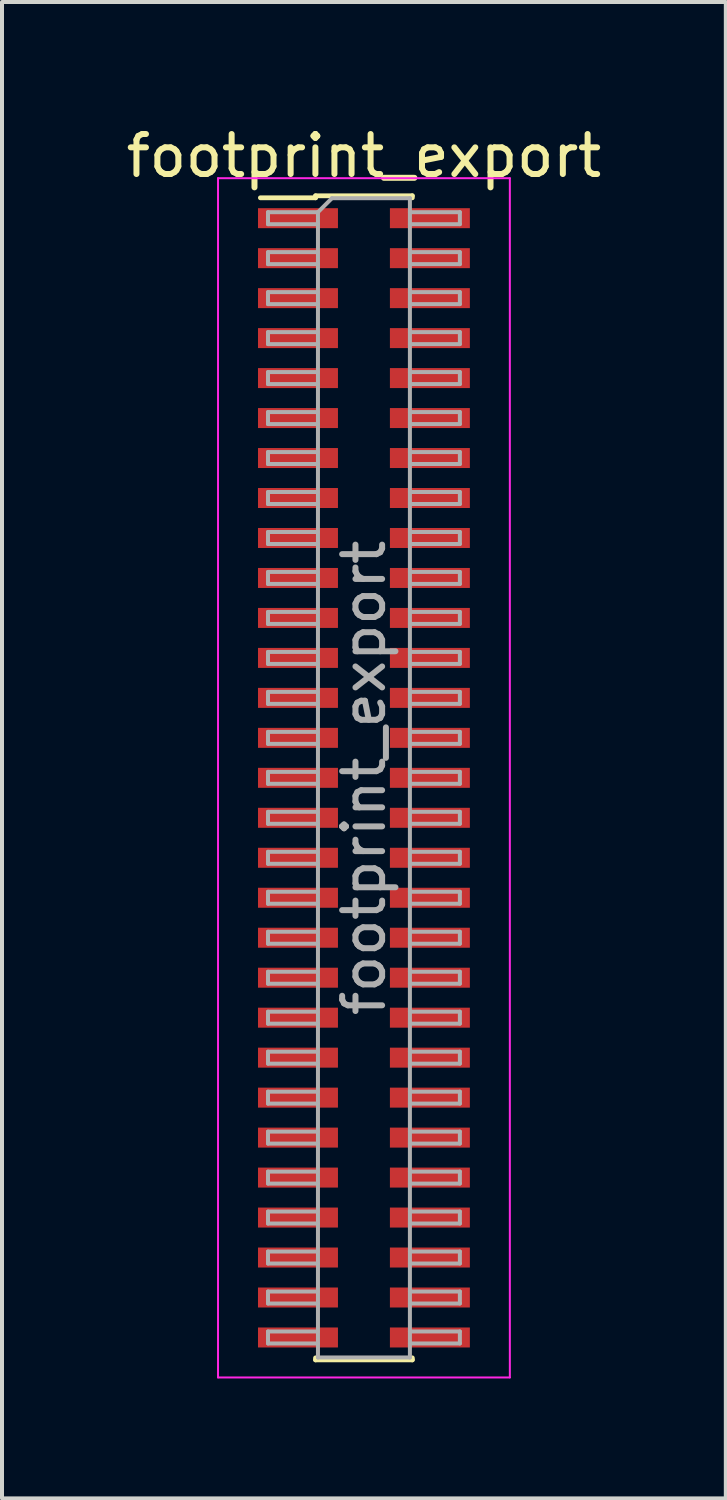
<source format=kicad_pcb>
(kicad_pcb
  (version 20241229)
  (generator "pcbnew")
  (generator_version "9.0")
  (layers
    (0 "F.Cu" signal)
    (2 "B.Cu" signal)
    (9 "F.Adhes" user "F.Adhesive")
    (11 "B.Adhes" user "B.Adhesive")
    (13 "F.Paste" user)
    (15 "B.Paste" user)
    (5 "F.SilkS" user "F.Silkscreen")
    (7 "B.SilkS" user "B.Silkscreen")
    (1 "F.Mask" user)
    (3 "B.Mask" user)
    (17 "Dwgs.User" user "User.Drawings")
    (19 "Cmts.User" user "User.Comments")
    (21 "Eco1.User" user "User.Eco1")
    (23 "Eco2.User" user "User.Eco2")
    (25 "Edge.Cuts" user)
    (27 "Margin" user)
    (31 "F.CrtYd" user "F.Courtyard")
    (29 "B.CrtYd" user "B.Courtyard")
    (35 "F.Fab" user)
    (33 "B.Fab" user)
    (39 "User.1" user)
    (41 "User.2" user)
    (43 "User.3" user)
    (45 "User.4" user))
  (footprint "footprint_export"
    (layer "F.Cu")
    (at 6.054 16.408)
    (property "Reference" "footprint_export" (at 0 -15.56 0) (layer "F.SilkS") (effects (font (size 1 1) (thickness 0.15))))
    (attr smd)
    (fp_line (start -2.59 -14.51) (end -1.21 -14.51) (stroke (width 0.12) (type solid)) (layer "F.SilkS"))
    (fp_line (start -1.21 -14.56) (end -1.21 -14.51) (stroke (width 0.12) (type solid)) (layer "F.SilkS"))
    (fp_line (start -1.21 -14.56) (end 1.21 -14.56) (stroke (width 0.12) (type solid)) (layer "F.SilkS"))
    (fp_line (start -1.21 14.51) (end -1.21 14.56) (stroke (width 0.12) (type solid)) (layer "F.SilkS"))
    (fp_line (start -1.21 14.56) (end 1.21 14.56) (stroke (width 0.12) (type solid)) (layer "F.SilkS"))
    (fp_line (start 1.21 -14.56) (end 1.21 -14.51) (stroke (width 0.12) (type solid)) (layer "F.SilkS"))
    (fp_line (start 1.21 14.51) (end 1.21 14.56) (stroke (width 0.12) (type solid)) (layer "F.SilkS"))
    (fp_line (start -3.65 -15) (end -3.65 15) (stroke (width 0.05) (type solid)) (layer "F.CrtYd"))
    (fp_line (start -3.65 15) (end 3.65 15) (stroke (width 0.05) (type solid)) (layer "F.CrtYd"))
    (fp_line (start 3.65 -15) (end -3.65 -15) (stroke (width 0.05) (type solid)) (layer "F.CrtYd"))
    (fp_line (start 3.65 15) (end 3.65 -15) (stroke (width 0.05) (type solid)) (layer "F.CrtYd"))
    (fp_line (start -2.4 -14.15) (end -2.4 -13.85) (stroke (width 0.1) (type solid)) (layer "F.Fab"))
    (fp_line (start -2.4 -13.85) (end -1.15 -13.85) (stroke (width 0.1) (type solid)) (layer "F.Fab"))
    (fp_line (start -2.4 -13.15) (end -2.4 -12.85) (stroke (width 0.1) (type solid)) (layer "F.Fab"))
    (fp_line (start -2.4 -12.85) (end -1.15 -12.85) (stroke (width 0.1) (type solid)) (layer "F.Fab"))
    (fp_line (start -2.4 -12.15) (end -2.4 -11.85) (stroke (width 0.1) (type solid)) (layer "F.Fab"))
    (fp_line (start -2.4 -11.85) (end -1.15 -11.85) (stroke (width 0.1) (type solid)) (layer "F.Fab"))
    (fp_line (start -2.4 -11.15) (end -2.4 -10.85) (stroke (width 0.1) (type solid)) (layer "F.Fab"))
    (fp_line (start -2.4 -10.85) (end -1.15 -10.85) (stroke (width 0.1) (type solid)) (layer "F.Fab"))
    (fp_line (start -2.4 -10.15) (end -2.4 -9.85) (stroke (width 0.1) (type solid)) (layer "F.Fab"))
    (fp_line (start -2.4 -9.85) (end -1.15 -9.85) (stroke (width 0.1) (type solid)) (layer "F.Fab"))
    (fp_line (start -2.4 -9.15) (end -2.4 -8.85) (stroke (width 0.1) (type solid)) (layer "F.Fab"))
    (fp_line (start -2.4 -8.85) (end -1.15 -8.85) (stroke (width 0.1) (type solid)) (layer "F.Fab"))
    (fp_line (start -2.4 -8.15) (end -2.4 -7.85) (stroke (width 0.1) (type solid)) (layer "F.Fab"))
    (fp_line (start -2.4 -7.85) (end -1.15 -7.85) (stroke (width 0.1) (type solid)) (layer "F.Fab"))
    (fp_line (start -2.4 -7.15) (end -2.4 -6.85) (stroke (width 0.1) (type solid)) (layer "F.Fab"))
    (fp_line (start -2.4 -6.85) (end -1.15 -6.85) (stroke (width 0.1) (type solid)) (layer "F.Fab"))
    (fp_line (start -2.4 -6.15) (end -2.4 -5.85) (stroke (width 0.1) (type solid)) (layer "F.Fab"))
    (fp_line (start -2.4 -5.85) (end -1.15 -5.85) (stroke (width 0.1) (type solid)) (layer "F.Fab"))
    (fp_line (start -2.4 -5.15) (end -2.4 -4.85) (stroke (width 0.1) (type solid)) (layer "F.Fab"))
    (fp_line (start -2.4 -4.85) (end -1.15 -4.85) (stroke (width 0.1) (type solid)) (layer "F.Fab"))
    (fp_line (start -2.4 -4.15) (end -2.4 -3.85) (stroke (width 0.1) (type solid)) (layer "F.Fab"))
    (fp_line (start -2.4 -3.85) (end -1.15 -3.85) (stroke (width 0.1) (type solid)) (layer "F.Fab"))
    (fp_line (start -2.4 -3.15) (end -2.4 -2.85) (stroke (width 0.1) (type solid)) (layer "F.Fab"))
    (fp_line (start -2.4 -2.85) (end -1.15 -2.85) (stroke (width 0.1) (type solid)) (layer "F.Fab"))
    (fp_line (start -2.4 -2.15) (end -2.4 -1.85) (stroke (width 0.1) (type solid)) (layer "F.Fab"))
    (fp_line (start -2.4 -1.85) (end -1.15 -1.85) (stroke (width 0.1) (type solid)) (layer "F.Fab"))
    (fp_line (start -2.4 -1.15) (end -2.4 -0.85) (stroke (width 0.1) (type solid)) (layer "F.Fab"))
    (fp_line (start -2.4 -0.85) (end -1.15 -0.85) (stroke (width 0.1) (type solid)) (layer "F.Fab"))
    (fp_line (start -2.4 -0.15) (end -2.4 0.15) (stroke (width 0.1) (type solid)) (layer "F.Fab"))
    (fp_line (start -2.4 0.15) (end -1.15 0.15) (stroke (width 0.1) (type solid)) (layer "F.Fab"))
    (fp_line (start -2.4 0.85) (end -2.4 1.15) (stroke (width 0.1) (type solid)) (layer "F.Fab"))
    (fp_line (start -2.4 1.15) (end -1.15 1.15) (stroke (width 0.1) (type solid)) (layer "F.Fab"))
    (fp_line (start -2.4 1.85) (end -2.4 2.15) (stroke (width 0.1) (type solid)) (layer "F.Fab"))
    (fp_line (start -2.4 2.15) (end -1.15 2.15) (stroke (width 0.1) (type solid)) (layer "F.Fab"))
    (fp_line (start -2.4 2.85) (end -2.4 3.15) (stroke (width 0.1) (type solid)) (layer "F.Fab"))
    (fp_line (start -2.4 3.15) (end -1.15 3.15) (stroke (width 0.1) (type solid)) (layer "F.Fab"))
    (fp_line (start -2.4 3.85) (end -2.4 4.15) (stroke (width 0.1) (type solid)) (layer "F.Fab"))
    (fp_line (start -2.4 4.15) (end -1.15 4.15) (stroke (width 0.1) (type solid)) (layer "F.Fab"))
    (fp_line (start -2.4 4.85) (end -2.4 5.15) (stroke (width 0.1) (type solid)) (layer "F.Fab"))
    (fp_line (start -2.4 5.15) (end -1.15 5.15) (stroke (width 0.1) (type solid)) (layer "F.Fab"))
    (fp_line (start -2.4 5.85) (end -2.4 6.15) (stroke (width 0.1) (type solid)) (layer "F.Fab"))
    (fp_line (start -2.4 6.15) (end -1.15 6.15) (stroke (width 0.1) (type solid)) (layer "F.Fab"))
    (fp_line (start -2.4 6.85) (end -2.4 7.15) (stroke (width 0.1) (type solid)) (layer "F.Fab"))
    (fp_line (start -2.4 7.15) (end -1.15 7.15) (stroke (width 0.1) (type solid)) (layer "F.Fab"))
    (fp_line (start -2.4 7.85) (end -2.4 8.15) (stroke (width 0.1) (type solid)) (layer "F.Fab"))
    (fp_line (start -2.4 8.15) (end -1.15 8.15) (stroke (width 0.1) (type solid)) (layer "F.Fab"))
    (fp_line (start -2.4 8.85) (end -2.4 9.15) (stroke (width 0.1) (type solid)) (layer "F.Fab"))
    (fp_line (start -2.4 9.15) (end -1.15 9.15) (stroke (width 0.1) (type solid)) (layer "F.Fab"))
    (fp_line (start -2.4 9.85) (end -2.4 10.15) (stroke (width 0.1) (type solid)) (layer "F.Fab"))
    (fp_line (start -2.4 10.15) (end -1.15 10.15) (stroke (width 0.1) (type solid)) (layer "F.Fab"))
    (fp_line (start -2.4 10.85) (end -2.4 11.15) (stroke (width 0.1) (type solid)) (layer "F.Fab"))
    (fp_line (start -2.4 11.15) (end -1.15 11.15) (stroke (width 0.1) (type solid)) (layer "F.Fab"))
    (fp_line (start -2.4 11.85) (end -2.4 12.15) (stroke (width 0.1) (type solid)) (layer "F.Fab"))
    (fp_line (start -2.4 12.15) (end -1.15 12.15) (stroke (width 0.1) (type solid)) (layer "F.Fab"))
    (fp_line (start -2.4 12.85) (end -2.4 13.15) (stroke (width 0.1) (type solid)) (layer "F.Fab"))
    (fp_line (start -2.4 13.15) (end -1.15 13.15) (stroke (width 0.1) (type solid)) (layer "F.Fab"))
    (fp_line (start -2.4 13.85) (end -2.4 14.15) (stroke (width 0.1) (type solid)) (layer "F.Fab"))
    (fp_line (start -2.4 14.15) (end -1.15 14.15) (stroke (width 0.1) (type solid)) (layer "F.Fab"))
    (fp_line (start -1.15 -14.15) (end -2.4 -14.15) (stroke (width 0.1) (type solid)) (layer "F.Fab"))
    (fp_line (start -1.15 -14.15) (end -0.8 -14.5) (stroke (width 0.1) (type solid)) (layer "F.Fab"))
    (fp_line (start -1.15 -13.15) (end -2.4 -13.15) (stroke (width 0.1) (type solid)) (layer "F.Fab"))
    (fp_line (start -1.15 -12.15) (end -2.4 -12.15) (stroke (width 0.1) (type solid)) (layer "F.Fab"))
    (fp_line (start -1.15 -11.15) (end -2.4 -11.15) (stroke (width 0.1) (type solid)) (layer "F.Fab"))
    (fp_line (start -1.15 -10.15) (end -2.4 -10.15) (stroke (width 0.1) (type solid)) (layer "F.Fab"))
    (fp_line (start -1.15 -9.15) (end -2.4 -9.15) (stroke (width 0.1) (type solid)) (layer "F.Fab"))
    (fp_line (start -1.15 -8.15) (end -2.4 -8.15) (stroke (width 0.1) (type solid)) (layer "F.Fab"))
    (fp_line (start -1.15 -7.15) (end -2.4 -7.15) (stroke (width 0.1) (type solid)) (layer "F.Fab"))
    (fp_line (start -1.15 -6.15) (end -2.4 -6.15) (stroke (width 0.1) (type solid)) (layer "F.Fab"))
    (fp_line (start -1.15 -5.15) (end -2.4 -5.15) (stroke (width 0.1) (type solid)) (layer "F.Fab"))
    (fp_line (start -1.15 -4.15) (end -2.4 -4.15) (stroke (width 0.1) (type solid)) (layer "F.Fab"))
    (fp_line (start -1.15 -3.15) (end -2.4 -3.15) (stroke (width 0.1) (type solid)) (layer "F.Fab"))
    (fp_line (start -1.15 -2.15) (end -2.4 -2.15) (stroke (width 0.1) (type solid)) (layer "F.Fab"))
    (fp_line (start -1.15 -1.15) (end -2.4 -1.15) (stroke (width 0.1) (type solid)) (layer "F.Fab"))
    (fp_line (start -1.15 -0.15) (end -2.4 -0.15) (stroke (width 0.1) (type solid)) (layer "F.Fab"))
    (fp_line (start -1.15 0.85) (end -2.4 0.85) (stroke (width 0.1) (type solid)) (layer "F.Fab"))
    (fp_line (start -1.15 1.85) (end -2.4 1.85) (stroke (width 0.1) (type solid)) (layer "F.Fab"))
    (fp_line (start -1.15 2.85) (end -2.4 2.85) (stroke (width 0.1) (type solid)) (layer "F.Fab"))
    (fp_line (start -1.15 3.85) (end -2.4 3.85) (stroke (width 0.1) (type solid)) (layer "F.Fab"))
    (fp_line (start -1.15 4.85) (end -2.4 4.85) (stroke (width 0.1) (type solid)) (layer "F.Fab"))
    (fp_line (start -1.15 5.85) (end -2.4 5.85) (stroke (width 0.1) (type solid)) (layer "F.Fab"))
    (fp_line (start -1.15 6.85) (end -2.4 6.85) (stroke (width 0.1) (type solid)) (layer "F.Fab"))
    (fp_line (start -1.15 7.85) (end -2.4 7.85) (stroke (width 0.1) (type solid)) (layer "F.Fab"))
    (fp_line (start -1.15 8.85) (end -2.4 8.85) (stroke (width 0.1) (type solid)) (layer "F.Fab"))
    (fp_line (start -1.15 9.85) (end -2.4 9.85) (stroke (width 0.1) (type solid)) (layer "F.Fab"))
    (fp_line (start -1.15 10.85) (end -2.4 10.85) (stroke (width 0.1) (type solid)) (layer "F.Fab"))
    (fp_line (start -1.15 11.85) (end -2.4 11.85) (stroke (width 0.1) (type solid)) (layer "F.Fab"))
    (fp_line (start -1.15 12.85) (end -2.4 12.85) (stroke (width 0.1) (type solid)) (layer "F.Fab"))
    (fp_line (start -1.15 13.85) (end -2.4 13.85) (stroke (width 0.1) (type solid)) (layer "F.Fab"))
    (fp_line (start -1.15 14.5) (end -1.15 -14.15) (stroke (width 0.1) (type solid)) (layer "F.Fab"))
    (fp_line (start -0.8 -14.5) (end 1.15 -14.5) (stroke (width 0.1) (type solid)) (layer "F.Fab"))
    (fp_line (start 1.15 -14.5) (end 1.15 14.5) (stroke (width 0.1) (type solid)) (layer "F.Fab"))
    (fp_line (start 1.15 -14.15) (end 2.4 -14.15) (stroke (width 0.1) (type solid)) (layer "F.Fab"))
    (fp_line (start 1.15 -13.15) (end 2.4 -13.15) (stroke (width 0.1) (type solid)) (layer "F.Fab"))
    (fp_line (start 1.15 -12.15) (end 2.4 -12.15) (stroke (width 0.1) (type solid)) (layer "F.Fab"))
    (fp_line (start 1.15 -11.15) (end 2.4 -11.15) (stroke (width 0.1) (type solid)) (layer "F.Fab"))
    (fp_line (start 1.15 -10.15) (end 2.4 -10.15) (stroke (width 0.1) (type solid)) (layer "F.Fab"))
    (fp_line (start 1.15 -9.15) (end 2.4 -9.15) (stroke (width 0.1) (type solid)) (layer "F.Fab"))
    (fp_line (start 1.15 -8.15) (end 2.4 -8.15) (stroke (width 0.1) (type solid)) (layer "F.Fab"))
    (fp_line (start 1.15 -7.15) (end 2.4 -7.15) (stroke (width 0.1) (type solid)) (layer "F.Fab"))
    (fp_line (start 1.15 -6.15) (end 2.4 -6.15) (stroke (width 0.1) (type solid)) (layer "F.Fab"))
    (fp_line (start 1.15 -5.15) (end 2.4 -5.15) (stroke (width 0.1) (type solid)) (layer "F.Fab"))
    (fp_line (start 1.15 -4.15) (end 2.4 -4.15) (stroke (width 0.1) (type solid)) (layer "F.Fab"))
    (fp_line (start 1.15 -3.15) (end 2.4 -3.15) (stroke (width 0.1) (type solid)) (layer "F.Fab"))
    (fp_line (start 1.15 -2.15) (end 2.4 -2.15) (stroke (width 0.1) (type solid)) (layer "F.Fab"))
    (fp_line (start 1.15 -1.15) (end 2.4 -1.15) (stroke (width 0.1) (type solid)) (layer "F.Fab"))
    (fp_line (start 1.15 -0.15) (end 2.4 -0.15) (stroke (width 0.1) (type solid)) (layer "F.Fab"))
    (fp_line (start 1.15 0.85) (end 2.4 0.85) (stroke (width 0.1) (type solid)) (layer "F.Fab"))
    (fp_line (start 1.15 1.85) (end 2.4 1.85) (stroke (width 0.1) (type solid)) (layer "F.Fab"))
    (fp_line (start 1.15 2.85) (end 2.4 2.85) (stroke (width 0.1) (type solid)) (layer "F.Fab"))
    (fp_line (start 1.15 3.85) (end 2.4 3.85) (stroke (width 0.1) (type solid)) (layer "F.Fab"))
    (fp_line (start 1.15 4.85) (end 2.4 4.85) (stroke (width 0.1) (type solid)) (layer "F.Fab"))
    (fp_line (start 1.15 5.85) (end 2.4 5.85) (stroke (width 0.1) (type solid)) (layer "F.Fab"))
    (fp_line (start 1.15 6.85) (end 2.4 6.85) (stroke (width 0.1) (type solid)) (layer "F.Fab"))
    (fp_line (start 1.15 7.85) (end 2.4 7.85) (stroke (width 0.1) (type solid)) (layer "F.Fab"))
    (fp_line (start 1.15 8.85) (end 2.4 8.85) (stroke (width 0.1) (type solid)) (layer "F.Fab"))
    (fp_line (start 1.15 9.85) (end 2.4 9.85) (stroke (width 0.1) (type solid)) (layer "F.Fab"))
    (fp_line (start 1.15 10.85) (end 2.4 10.85) (stroke (width 0.1) (type solid)) (layer "F.Fab"))
    (fp_line (start 1.15 11.85) (end 2.4 11.85) (stroke (width 0.1) (type solid)) (layer "F.Fab"))
    (fp_line (start 1.15 12.85) (end 2.4 12.85) (stroke (width 0.1) (type solid)) (layer "F.Fab"))
    (fp_line (start 1.15 13.85) (end 2.4 13.85) (stroke (width 0.1) (type solid)) (layer "F.Fab"))
    (fp_line (start 1.15 14.5) (end -1.15 14.5) (stroke (width 0.1) (type solid)) (layer "F.Fab"))
    (fp_line (start 2.4 -14.15) (end 2.4 -13.85) (stroke (width 0.1) (type solid)) (layer "F.Fab"))
    (fp_line (start 2.4 -13.85) (end 1.15 -13.85) (stroke (width 0.1) (type solid)) (layer "F.Fab"))
    (fp_line (start 2.4 -13.15) (end 2.4 -12.85) (stroke (width 0.1) (type solid)) (layer "F.Fab"))
    (fp_line (start 2.4 -12.85) (end 1.15 -12.85) (stroke (width 0.1) (type solid)) (layer "F.Fab"))
    (fp_line (start 2.4 -12.15) (end 2.4 -11.85) (stroke (width 0.1) (type solid)) (layer "F.Fab"))
    (fp_line (start 2.4 -11.85) (end 1.15 -11.85) (stroke (width 0.1) (type solid)) (layer "F.Fab"))
    (fp_line (start 2.4 -11.15) (end 2.4 -10.85) (stroke (width 0.1) (type solid)) (layer "F.Fab"))
    (fp_line (start 2.4 -10.85) (end 1.15 -10.85) (stroke (width 0.1) (type solid)) (layer "F.Fab"))
    (fp_line (start 2.4 -10.15) (end 2.4 -9.85) (stroke (width 0.1) (type solid)) (layer "F.Fab"))
    (fp_line (start 2.4 -9.85) (end 1.15 -9.85) (stroke (width 0.1) (type solid)) (layer "F.Fab"))
    (fp_line (start 2.4 -9.15) (end 2.4 -8.85) (stroke (width 0.1) (type solid)) (layer "F.Fab"))
    (fp_line (start 2.4 -8.85) (end 1.15 -8.85) (stroke (width 0.1) (type solid)) (layer "F.Fab"))
    (fp_line (start 2.4 -8.15) (end 2.4 -7.85) (stroke (width 0.1) (type solid)) (layer "F.Fab"))
    (fp_line (start 2.4 -7.85) (end 1.15 -7.85) (stroke (width 0.1) (type solid)) (layer "F.Fab"))
    (fp_line (start 2.4 -7.15) (end 2.4 -6.85) (stroke (width 0.1) (type solid)) (layer "F.Fab"))
    (fp_line (start 2.4 -6.85) (end 1.15 -6.85) (stroke (width 0.1) (type solid)) (layer "F.Fab"))
    (fp_line (start 2.4 -6.15) (end 2.4 -5.85) (stroke (width 0.1) (type solid)) (layer "F.Fab"))
    (fp_line (start 2.4 -5.85) (end 1.15 -5.85) (stroke (width 0.1) (type solid)) (layer "F.Fab"))
    (fp_line (start 2.4 -5.15) (end 2.4 -4.85) (stroke (width 0.1) (type solid)) (layer "F.Fab"))
    (fp_line (start 2.4 -4.85) (end 1.15 -4.85) (stroke (width 0.1) (type solid)) (layer "F.Fab"))
    (fp_line (start 2.4 -4.15) (end 2.4 -3.85) (stroke (width 0.1) (type solid)) (layer "F.Fab"))
    (fp_line (start 2.4 -3.85) (end 1.15 -3.85) (stroke (width 0.1) (type solid)) (layer "F.Fab"))
    (fp_line (start 2.4 -3.15) (end 2.4 -2.85) (stroke (width 0.1) (type solid)) (layer "F.Fab"))
    (fp_line (start 2.4 -2.85) (end 1.15 -2.85) (stroke (width 0.1) (type solid)) (layer "F.Fab"))
    (fp_line (start 2.4 -2.15) (end 2.4 -1.85) (stroke (width 0.1) (type solid)) (layer "F.Fab"))
    (fp_line (start 2.4 -1.85) (end 1.15 -1.85) (stroke (width 0.1) (type solid)) (layer "F.Fab"))
    (fp_line (start 2.4 -1.15) (end 2.4 -0.85) (stroke (width 0.1) (type solid)) (layer "F.Fab"))
    (fp_line (start 2.4 -0.85) (end 1.15 -0.85) (stroke (width 0.1) (type solid)) (layer "F.Fab"))
    (fp_line (start 2.4 -0.15) (end 2.4 0.15) (stroke (width 0.1) (type solid)) (layer "F.Fab"))
    (fp_line (start 2.4 0.15) (end 1.15 0.15) (stroke (width 0.1) (type solid)) (layer "F.Fab"))
    (fp_line (start 2.4 0.85) (end 2.4 1.15) (stroke (width 0.1) (type solid)) (layer "F.Fab"))
    (fp_line (start 2.4 1.15) (end 1.15 1.15) (stroke (width 0.1) (type solid)) (layer "F.Fab"))
    (fp_line (start 2.4 1.85) (end 2.4 2.15) (stroke (width 0.1) (type solid)) (layer "F.Fab"))
    (fp_line (start 2.4 2.15) (end 1.15 2.15) (stroke (width 0.1) (type solid)) (layer "F.Fab"))
    (fp_line (start 2.4 2.85) (end 2.4 3.15) (stroke (width 0.1) (type solid)) (layer "F.Fab"))
    (fp_line (start 2.4 3.15) (end 1.15 3.15) (stroke (width 0.1) (type solid)) (layer "F.Fab"))
    (fp_line (start 2.4 3.85) (end 2.4 4.15) (stroke (width 0.1) (type solid)) (layer "F.Fab"))
    (fp_line (start 2.4 4.15) (end 1.15 4.15) (stroke (width 0.1) (type solid)) (layer "F.Fab"))
    (fp_line (start 2.4 4.85) (end 2.4 5.15) (stroke (width 0.1) (type solid)) (layer "F.Fab"))
    (fp_line (start 2.4 5.15) (end 1.15 5.15) (stroke (width 0.1) (type solid)) (layer "F.Fab"))
    (fp_line (start 2.4 5.85) (end 2.4 6.15) (stroke (width 0.1) (type solid)) (layer "F.Fab"))
    (fp_line (start 2.4 6.15) (end 1.15 6.15) (stroke (width 0.1) (type solid)) (layer "F.Fab"))
    (fp_line (start 2.4 6.85) (end 2.4 7.15) (stroke (width 0.1) (type solid)) (layer "F.Fab"))
    (fp_line (start 2.4 7.15) (end 1.15 7.15) (stroke (width 0.1) (type solid)) (layer "F.Fab"))
    (fp_line (start 2.4 7.85) (end 2.4 8.15) (stroke (width 0.1) (type solid)) (layer "F.Fab"))
    (fp_line (start 2.4 8.15) (end 1.15 8.15) (stroke (width 0.1) (type solid)) (layer "F.Fab"))
    (fp_line (start 2.4 8.85) (end 2.4 9.15) (stroke (width 0.1) (type solid)) (layer "F.Fab"))
    (fp_line (start 2.4 9.15) (end 1.15 9.15) (stroke (width 0.1) (type solid)) (layer "F.Fab"))
    (fp_line (start 2.4 9.85) (end 2.4 10.15) (stroke (width 0.1) (type solid)) (layer "F.Fab"))
    (fp_line (start 2.4 10.15) (end 1.15 10.15) (stroke (width 0.1) (type solid)) (layer "F.Fab"))
    (fp_line (start 2.4 10.85) (end 2.4 11.15) (stroke (width 0.1) (type solid)) (layer "F.Fab"))
    (fp_line (start 2.4 11.15) (end 1.15 11.15) (stroke (width 0.1) (type solid)) (layer "F.Fab"))
    (fp_line (start 2.4 11.85) (end 2.4 12.15) (stroke (width 0.1) (type solid)) (layer "F.Fab"))
    (fp_line (start 2.4 12.15) (end 1.15 12.15) (stroke (width 0.1) (type solid)) (layer "F.Fab"))
    (fp_line (start 2.4 12.85) (end 2.4 13.15) (stroke (width 0.1) (type solid)) (layer "F.Fab"))
    (fp_line (start 2.4 13.15) (end 1.15 13.15) (stroke (width 0.1) (type solid)) (layer "F.Fab"))
    (fp_line (start 2.4 13.85) (end 2.4 14.15) (stroke (width 0.1) (type solid)) (layer "F.Fab"))
    (fp_line (start 2.4 14.15) (end 1.15 14.15) (stroke (width 0.1) (type solid)) (layer "F.Fab"))
    (fp_text user "${REFERENCE}" (at 0 0 90) (layer "F.Fab") (effects (font (size 1 1) (thickness 0.15))))
    (pad "1" smd rect (at -1.65 -14) (size 2 0.5) (layers "F.Cu" "F.Mask" "F.Paste"))
    (pad "2" smd rect (at 1.65 -14) (size 2 0.5) (layers "F.Cu" "F.Mask" "F.Paste"))
    (pad "3" smd rect (at -1.65 -13) (size 2 0.5) (layers "F.Cu" "F.Mask" "F.Paste"))
    (pad "4" smd rect (at 1.65 -13) (size 2 0.5) (layers "F.Cu" "F.Mask" "F.Paste"))
    (pad "5" smd rect (at -1.65 -12) (size 2 0.5) (layers "F.Cu" "F.Mask" "F.Paste"))
    (pad "6" smd rect (at 1.65 -12) (size 2 0.5) (layers "F.Cu" "F.Mask" "F.Paste"))
    (pad "7" smd rect (at -1.65 -11) (size 2 0.5) (layers "F.Cu" "F.Mask" "F.Paste"))
    (pad "8" smd rect (at 1.65 -11) (size 2 0.5) (layers "F.Cu" "F.Mask" "F.Paste"))
    (pad "9" smd rect (at -1.65 -10) (size 2 0.5) (layers "F.Cu" "F.Mask" "F.Paste"))
    (pad "10" smd rect (at 1.65 -10) (size 2 0.5) (layers "F.Cu" "F.Mask" "F.Paste"))
    (pad "11" smd rect (at -1.65 -9) (size 2 0.5) (layers "F.Cu" "F.Mask" "F.Paste"))
    (pad "12" smd rect (at 1.65 -9) (size 2 0.5) (layers "F.Cu" "F.Mask" "F.Paste"))
    (pad "13" smd rect (at -1.65 -8) (size 2 0.5) (layers "F.Cu" "F.Mask" "F.Paste"))
    (pad "14" smd rect (at 1.65 -8) (size 2 0.5) (layers "F.Cu" "F.Mask" "F.Paste"))
    (pad "15" smd rect (at -1.65 -7) (size 2 0.5) (layers "F.Cu" "F.Mask" "F.Paste"))
    (pad "16" smd rect (at 1.65 -7) (size 2 0.5) (layers "F.Cu" "F.Mask" "F.Paste"))
    (pad "17" smd rect (at -1.65 -6) (size 2 0.5) (layers "F.Cu" "F.Mask" "F.Paste"))
    (pad "18" smd rect (at 1.65 -6) (size 2 0.5) (layers "F.Cu" "F.Mask" "F.Paste"))
    (pad "19" smd rect (at -1.65 -5) (size 2 0.5) (layers "F.Cu" "F.Mask" "F.Paste"))
    (pad "20" smd rect (at 1.65 -5) (size 2 0.5) (layers "F.Cu" "F.Mask" "F.Paste"))
    (pad "21" smd rect (at -1.65 -4) (size 2 0.5) (layers "F.Cu" "F.Mask" "F.Paste"))
    (pad "22" smd rect (at 1.65 -4) (size 2 0.5) (layers "F.Cu" "F.Mask" "F.Paste"))
    (pad "23" smd rect (at -1.65 -3) (size 2 0.5) (layers "F.Cu" "F.Mask" "F.Paste"))
    (pad "24" smd rect (at 1.65 -3) (size 2 0.5) (layers "F.Cu" "F.Mask" "F.Paste"))
    (pad "25" smd rect (at -1.65 -2) (size 2 0.5) (layers "F.Cu" "F.Mask" "F.Paste"))
    (pad "26" smd rect (at 1.65 -2) (size 2 0.5) (layers "F.Cu" "F.Mask" "F.Paste"))
    (pad "27" smd rect (at -1.65 -1) (size 2 0.5) (layers "F.Cu" "F.Mask" "F.Paste"))
    (pad "28" smd rect (at 1.65 -1) (size 2 0.5) (layers "F.Cu" "F.Mask" "F.Paste"))
    (pad "29" smd rect (at -1.65 0) (size 2 0.5) (layers "F.Cu" "F.Mask" "F.Paste"))
    (pad "30" smd rect (at 1.65 0) (size 2 0.5) (layers "F.Cu" "F.Mask" "F.Paste"))
    (pad "31" smd rect (at -1.65 1) (size 2 0.5) (layers "F.Cu" "F.Mask" "F.Paste"))
    (pad "32" smd rect (at 1.65 1) (size 2 0.5) (layers "F.Cu" "F.Mask" "F.Paste"))
    (pad "33" smd rect (at -1.65 2) (size 2 0.5) (layers "F.Cu" "F.Mask" "F.Paste"))
    (pad "34" smd rect (at 1.65 2) (size 2 0.5) (layers "F.Cu" "F.Mask" "F.Paste"))
    (pad "35" smd rect (at -1.65 3) (size 2 0.5) (layers "F.Cu" "F.Mask" "F.Paste"))
    (pad "36" smd rect (at 1.65 3) (size 2 0.5) (layers "F.Cu" "F.Mask" "F.Paste"))
    (pad "37" smd rect (at -1.65 4) (size 2 0.5) (layers "F.Cu" "F.Mask" "F.Paste"))
    (pad "38" smd rect (at 1.65 4) (size 2 0.5) (layers "F.Cu" "F.Mask" "F.Paste"))
    (pad "39" smd rect (at -1.65 5) (size 2 0.5) (layers "F.Cu" "F.Mask" "F.Paste"))
    (pad "40" smd rect (at 1.65 5) (size 2 0.5) (layers "F.Cu" "F.Mask" "F.Paste"))
    (pad "41" smd rect (at -1.65 6) (size 2 0.5) (layers "F.Cu" "F.Mask" "F.Paste"))
    (pad "42" smd rect (at 1.65 6) (size 2 0.5) (layers "F.Cu" "F.Mask" "F.Paste"))
    (pad "43" smd rect (at -1.65 7) (size 2 0.5) (layers "F.Cu" "F.Mask" "F.Paste"))
    (pad "44" smd rect (at 1.65 7) (size 2 0.5) (layers "F.Cu" "F.Mask" "F.Paste"))
    (pad "45" smd rect (at -1.65 8) (size 2 0.5) (layers "F.Cu" "F.Mask" "F.Paste"))
    (pad "46" smd rect (at 1.65 8) (size 2 0.5) (layers "F.Cu" "F.Mask" "F.Paste"))
    (pad "47" smd rect (at -1.65 9) (size 2 0.5) (layers "F.Cu" "F.Mask" "F.Paste"))
    (pad "48" smd rect (at 1.65 9) (size 2 0.5) (layers "F.Cu" "F.Mask" "F.Paste"))
    (pad "49" smd rect (at -1.65 10) (size 2 0.5) (layers "F.Cu" "F.Mask" "F.Paste"))
    (pad "50" smd rect (at 1.65 10) (size 2 0.5) (layers "F.Cu" "F.Mask" "F.Paste"))
    (pad "51" smd rect (at -1.65 11) (size 2 0.5) (layers "F.Cu" "F.Mask" "F.Paste"))
    (pad "52" smd rect (at 1.65 11) (size 2 0.5) (layers "F.Cu" "F.Mask" "F.Paste"))
    (pad "53" smd rect (at -1.65 12) (size 2 0.5) (layers "F.Cu" "F.Mask" "F.Paste"))
    (pad "54" smd rect (at 1.65 12) (size 2 0.5) (layers "F.Cu" "F.Mask" "F.Paste"))
    (pad "55" smd rect (at -1.65 13) (size 2 0.5) (layers "F.Cu" "F.Mask" "F.Paste"))
    (pad "56" smd rect (at 1.65 13) (size 2 0.5) (layers "F.Cu" "F.Mask" "F.Paste"))
    (pad "57" smd rect (at -1.65 14) (size 2 0.5) (layers "F.Cu" "F.Mask" "F.Paste"))
    (pad "58" smd rect (at 1.65 14) (size 2 0.5) (layers "F.Cu" "F.Mask" "F.Paste")))
  (gr_rect
    (start -3 -3)
    (end 15.107 34.433)
    (stroke (width 0.1) (type default))
    (fill no)
    (layer "Edge.Cuts")))
</source>
